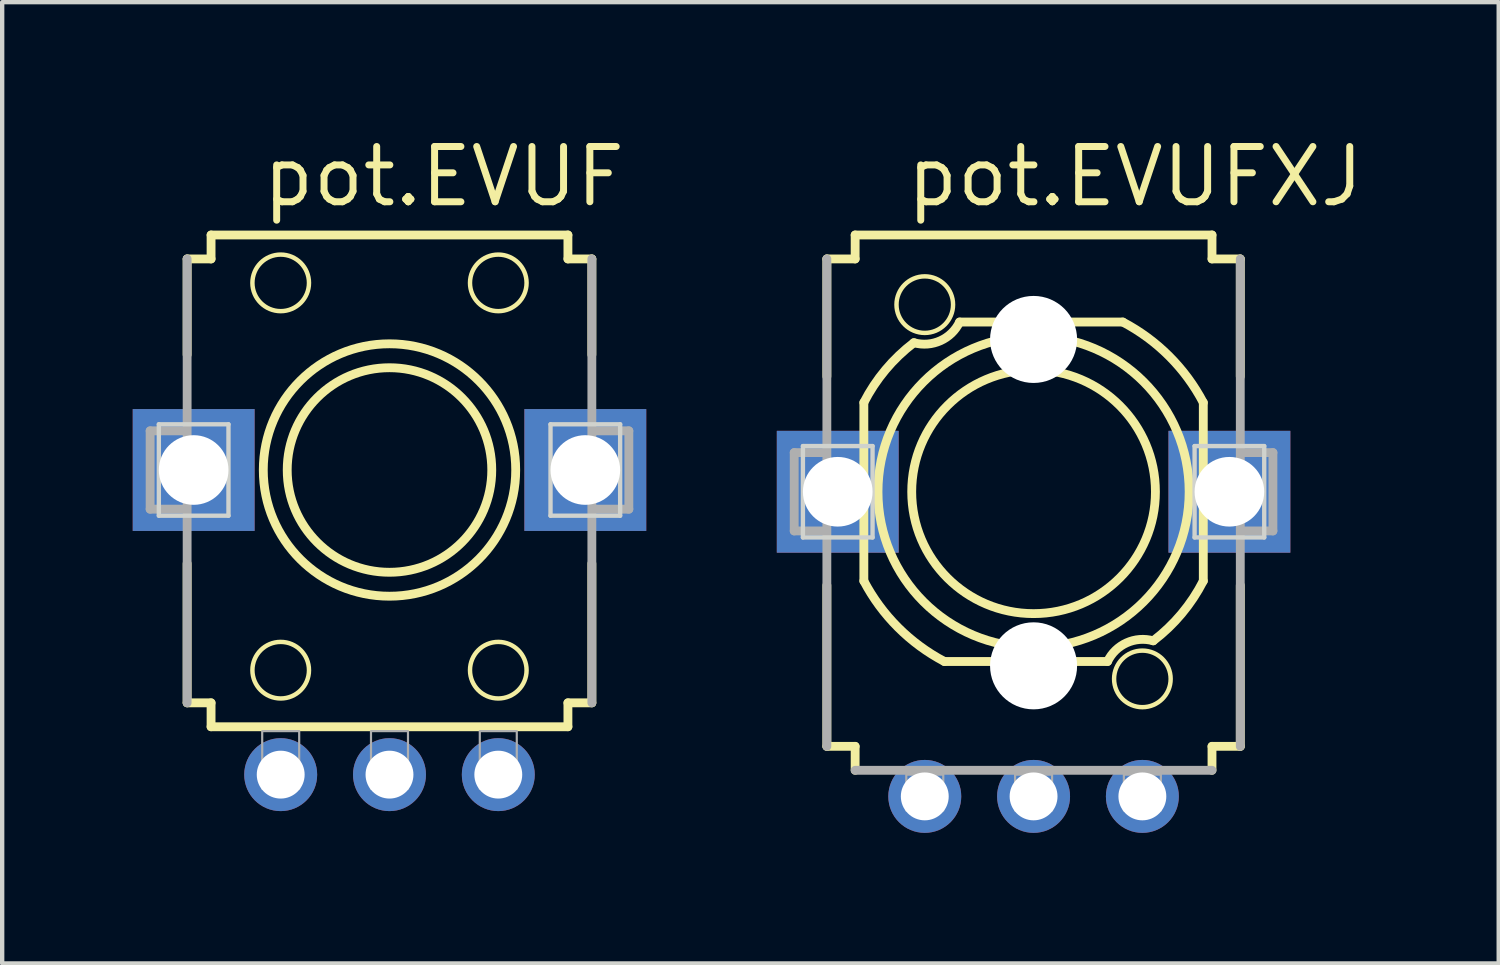
<source format=kicad_pcb>
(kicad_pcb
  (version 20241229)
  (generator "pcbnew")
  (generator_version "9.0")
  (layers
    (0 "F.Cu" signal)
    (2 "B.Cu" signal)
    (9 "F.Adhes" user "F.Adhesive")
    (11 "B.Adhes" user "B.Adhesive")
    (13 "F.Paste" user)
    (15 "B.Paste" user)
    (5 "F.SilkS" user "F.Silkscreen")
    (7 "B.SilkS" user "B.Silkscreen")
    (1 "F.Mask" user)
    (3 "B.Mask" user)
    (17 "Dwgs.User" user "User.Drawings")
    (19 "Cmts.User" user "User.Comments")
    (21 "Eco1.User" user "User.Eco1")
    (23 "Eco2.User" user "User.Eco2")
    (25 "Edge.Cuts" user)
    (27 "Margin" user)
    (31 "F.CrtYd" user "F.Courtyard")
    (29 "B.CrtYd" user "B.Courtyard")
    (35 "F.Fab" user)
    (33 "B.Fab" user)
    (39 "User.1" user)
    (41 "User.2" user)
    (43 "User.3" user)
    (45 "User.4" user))
  (footprint "pot.EVUF"
    (layer "F.Cu")
    (at 5.9 7.75)
    (property "Reference" "pot.EVUF" (at -3 -6 0) (layer "F.SilkS") (effects (font (size 1.27 1.27) (thickness 0.16)) (justify left bottom)))
    (attr through_hole)
    (fp_line (start -4.65 -2.65) (end -4.65 -4.85) (stroke (width 0.203) (type default)) (layer "F.SilkS"))
    (fp_line (start -4.65 5.35) (end -4.65 2.15) (stroke (width 0.203) (type default)) (layer "F.SilkS"))
    (fp_line (start -4.65 5.35) (end -4.1 5.35) (stroke (width 0.203) (type default)) (layer "F.SilkS"))
    (fp_line (start -4.1 -5.4) (end -4.1 -4.85) (stroke (width 0.203) (type default)) (layer "F.SilkS"))
    (fp_line (start -4.1 -5.4) (end 4.1 -5.4) (stroke (width 0.203) (type default)) (layer "F.SilkS"))
    (fp_line (start -4.1 -4.85) (end -4.65 -4.85) (stroke (width 0.203) (type default)) (layer "F.SilkS"))
    (fp_line (start -4.1 5.35) (end -4.1 5.9) (stroke (width 0.203) (type default)) (layer "F.SilkS"))
    (fp_line (start 4.1 -4.85) (end 4.1 -5.4) (stroke (width 0.203) (type default)) (layer "F.SilkS"))
    (fp_line (start 4.1 5.35) (end 4.65 5.35) (stroke (width 0.203) (type default)) (layer "F.SilkS"))
    (fp_line (start 4.1 5.9) (end -4.1 5.9) (stroke (width 0.203) (type default)) (layer "F.SilkS"))
    (fp_line (start 4.1 5.9) (end 4.1 5.35) (stroke (width 0.203) (type default)) (layer "F.SilkS"))
    (fp_line (start 4.65 -4.85) (end 4.1 -4.85) (stroke (width 0.203) (type default)) (layer "F.SilkS"))
    (fp_line (start 4.65 -4.85) (end 4.65 -2.65) (stroke (width 0.203) (type default)) (layer "F.SilkS"))
    (fp_line (start 4.65 2.15) (end 4.65 5.35) (stroke (width 0.203) (type default)) (layer "F.SilkS"))
    (fp_circle (center -2.5 -4.3) (end -1.85 -4.3) (stroke (width 0.102) (type default)) (fill no) (layer "F.SilkS"))
    (fp_circle (center -2.5 4.6) (end -1.85 4.6) (stroke (width 0.102) (type default)) (fill no) (layer "F.SilkS"))
    (fp_circle (center 0 0) (end 2.35 0) (stroke (width 0.203) (type default)) (fill no) (layer "F.SilkS"))
    (fp_circle (center 0 0) (end 2.9 0) (stroke (width 0.203) (type default)) (fill no) (layer "F.SilkS"))
    (fp_circle (center 2.5 -4.3) (end 3.15 -4.3) (stroke (width 0.102) (type default)) (fill no) (layer "F.SilkS"))
    (fp_circle (center 2.5 4.6) (end 3.15 4.6) (stroke (width 0.102) (type default)) (fill no) (layer "F.SilkS"))
    (fp_line (start -5.3 1.05) (end -5.3 -1.05) (stroke (width 0.1) (type default)) (layer "Edge.Cuts"))
    (fp_line (start -3.7 -1.05) (end -5.3 -1.05) (stroke (width 0.1) (type default)) (layer "Edge.Cuts"))
    (fp_line (start -3.7 -1.05) (end -3.7 1.05) (stroke (width 0.1) (type default)) (layer "Edge.Cuts"))
    (fp_line (start -3.7 1.05) (end -5.3 1.05) (stroke (width 0.1) (type default)) (layer "Edge.Cuts"))
    (fp_line (start 3.7 1.05) (end 3.7 -1.05) (stroke (width 0.1) (type default)) (layer "Edge.Cuts"))
    (fp_line (start 5.3 -1.05) (end 3.7 -1.05) (stroke (width 0.1) (type default)) (layer "Edge.Cuts"))
    (fp_line (start 5.3 -1.05) (end 5.3 1.05) (stroke (width 0.1) (type default)) (layer "Edge.Cuts"))
    (fp_line (start 5.3 1.05) (end 3.7 1.05) (stroke (width 0.1) (type default)) (layer "Edge.Cuts"))
    (fp_line (start -5.5 -0.9) (end -5.5 0.9) (stroke (width 0.203) (type default)) (layer "F.Fab"))
    (fp_line (start -5.5 0.9) (end -4.75 0.9) (stroke (width 0.203) (type default)) (layer "F.Fab"))
    (fp_line (start -4.75 -0.9) (end -5.5 -0.9) (stroke (width 0.203) (type default)) (layer "F.Fab"))
    (fp_line (start -4.65 5.35) (end -4.65 -4.85) (stroke (width 0.203) (type default)) (layer "F.Fab"))
    (fp_line (start 4.65 -4.85) (end 4.65 5.35) (stroke (width 0.203) (type default)) (layer "F.Fab"))
    (fp_line (start 4.75 0.9) (end 5.5 0.9) (stroke (width 0.203) (type default)) (layer "F.Fab"))
    (fp_line (start 5.5 -0.9) (end 4.75 -0.9) (stroke (width 0.203) (type default)) (layer "F.Fab"))
    (fp_line (start 5.5 0.9) (end 5.5 -0.9) (stroke (width 0.203) (type default)) (layer "F.Fab"))
    (fp_rect (start -2.925 7.325) (end -2.075 6) (stroke (width 0.05) (type default)) (fill no) (layer "F.Fab"))
    (fp_rect (start -0.425 7.325) (end 0.425 6) (stroke (width 0.05) (type default)) (fill no) (layer "F.Fab"))
    (fp_rect (start 2.075 7.325) (end 2.925 6) (stroke (width 0.05) (type default)) (fill no) (layer "F.Fab"))
    (pad "1" thru_hole circle (at -2.5 7 270) (size 1.676 1.676) (drill 1.1) (layers "*.Cu" "*.Mask"))
    (pad "2" thru_hole circle (at 0 7 270) (size 1.676 1.676) (drill 1.1) (layers "*.Cu" "*.Mask"))
    (pad "3" thru_hole circle (at 2.5 7 270) (size 1.676 1.676) (drill 1.1) (layers "*.Cu" "*.Mask"))
    (pad "M1" thru_hole rect (at 4.5 0 270) (size 2.8 2.8) (drill 1.6) (layers "*.Cu" "*.Mask"))
    (pad "M2" thru_hole rect (at -4.5 0 270) (size 2.8 2.8) (drill 1.6) (layers "*.Cu" "*.Mask")))
  (footprint "pot.EVUFXJ"
    (layer "F.Cu")
    (at 20.7 8.25)
    (property "Reference" "pot.EVUFXJ" (at -3 -6.5 0) (layer "F.SilkS") (effects (font (size 1.27 1.27) (thickness 0.16)) (justify left bottom)))
    (attr through_hole)
    (fp_line (start -4.75 -2.65) (end -4.75 -5.35) (stroke (width 0.203) (type default)) (layer "F.SilkS"))
    (fp_line (start -4.75 5.85) (end -4.75 2.15) (stroke (width 0.203) (type default)) (layer "F.SilkS"))
    (fp_line (start -4.75 5.85) (end -4.1 5.85) (stroke (width 0.203) (type default)) (layer "F.SilkS"))
    (fp_line (start -4.1 -5.9) (end -4.1 -5.35) (stroke (width 0.203) (type default)) (layer "F.SilkS"))
    (fp_line (start -4.1 -5.9) (end 4.1 -5.9) (stroke (width 0.203) (type default)) (layer "F.SilkS"))
    (fp_line (start -4.1 -5.35) (end -4.75 -5.35) (stroke (width 0.203) (type default)) (layer "F.SilkS"))
    (fp_line (start -4.1 5.85) (end -4.1 6.4) (stroke (width 0.203) (type default)) (layer "F.SilkS"))
    (fp_line (start -3.9 -2.05) (end -3.9 2.05) (stroke (width 0.203) (type default)) (layer "F.SilkS"))
    (fp_line (start -1.7 -3.9) (end 2.05 -3.9) (stroke (width 0.203) (type default)) (layer "F.SilkS"))
    (fp_line (start 1.7 3.9) (end -2.05 3.9) (stroke (width 0.203) (type default)) (layer "F.SilkS"))
    (fp_line (start 3.9 2.05) (end 3.9 -2.05) (stroke (width 0.203) (type default)) (layer "F.SilkS"))
    (fp_line (start 4.1 -5.35) (end 4.1 -5.9) (stroke (width 0.203) (type default)) (layer "F.SilkS"))
    (fp_line (start 4.1 5.85) (end 4.75 5.85) (stroke (width 0.203) (type default)) (layer "F.SilkS"))
    (fp_line (start 4.1 6.4) (end 4.1 5.85) (stroke (width 0.203) (type default)) (layer "F.SilkS"))
    (fp_line (start 4.75 -5.35) (end 4.1 -5.35) (stroke (width 0.203) (type default)) (layer "F.SilkS"))
    (fp_line (start 4.75 -5.35) (end 4.75 -2.65) (stroke (width 0.203) (type default)) (layer "F.SilkS"))
    (fp_line (start 4.75 2.15) (end 4.75 5.85) (stroke (width 0.203) (type default)) (layer "F.SilkS"))
    (fp_arc (start -3.9 -2.05) (mid -3.402413 -2.802246) (end -2.75 -3.425) (stroke (width 0.2032) (type default)) (layer "F.SilkS"))
    (fp_arc (start -2.05 3.9) (mid -3.115486 3.115486) (end -3.9 2.05) (stroke (width 0.2032) (type default)) (layer "F.SilkS"))
    (fp_arc (start -1.7 -3.9) (mid -2.138486 -3.471259) (end -2.75 -3.425) (stroke (width 0.2032) (type default)) (layer "F.SilkS"))
    (fp_arc (start 1.7 3.9) (mid 2.138486 3.471259) (end 2.75 3.425) (stroke (width 0.2032) (type default)) (layer "F.SilkS"))
    (fp_arc (start 2.05 -3.9) (mid 3.115486 -3.115486) (end 3.9 -2.05) (stroke (width 0.2032) (type default)) (layer "F.SilkS"))
    (fp_arc (start 3.9 2.05) (mid 3.402413 2.802246) (end 2.75 3.425) (stroke (width 0.2032) (type default)) (layer "F.SilkS"))
    (fp_circle (center -2.5 -4.3) (end -1.85 -4.3) (stroke (width 0.102) (type default)) (fill no) (layer "F.SilkS"))
    (fp_circle (center 0 0) (end 2.8 0) (stroke (width 0.203) (type default)) (fill no) (layer "F.SilkS"))
    (fp_circle (center 0 0) (end 3.575 0) (stroke (width 0.203) (type default)) (fill no) (layer "F.SilkS"))
    (fp_circle (center 2.5 4.3) (end 3.15 4.3) (stroke (width 0.102) (type default)) (fill no) (layer "F.SilkS"))
    (fp_line (start -5.3 1.05) (end -5.3 -1.05) (stroke (width 0.1) (type default)) (layer "Edge.Cuts"))
    (fp_line (start -3.7 -1.05) (end -5.3 -1.05) (stroke (width 0.1) (type default)) (layer "Edge.Cuts"))
    (fp_line (start -3.7 -1.05) (end -3.7 1.05) (stroke (width 0.1) (type default)) (layer "Edge.Cuts"))
    (fp_line (start -3.7 1.05) (end -5.3 1.05) (stroke (width 0.1) (type default)) (layer "Edge.Cuts"))
    (fp_line (start 3.7 1.05) (end 3.7 -1.05) (stroke (width 0.1) (type default)) (layer "Edge.Cuts"))
    (fp_line (start 5.3 -1.05) (end 3.7 -1.05) (stroke (width 0.1) (type default)) (layer "Edge.Cuts"))
    (fp_line (start 5.3 -1.05) (end 5.3 1.05) (stroke (width 0.1) (type default)) (layer "Edge.Cuts"))
    (fp_line (start 5.3 1.05) (end 3.7 1.05) (stroke (width 0.1) (type default)) (layer "Edge.Cuts"))
    (fp_line (start -5.5 -0.9) (end -5.5 0.9) (stroke (width 0.203) (type default)) (layer "F.Fab"))
    (fp_line (start -5.5 0.9) (end -4.85 0.9) (stroke (width 0.203) (type default)) (layer "F.Fab"))
    (fp_line (start -4.85 -0.9) (end -5.5 -0.9) (stroke (width 0.203) (type default)) (layer "F.Fab"))
    (fp_line (start -4.75 5.85) (end -4.75 -5.35) (stroke (width 0.203) (type default)) (layer "F.Fab"))
    (fp_line (start 4.1 6.4) (end -4.1 6.4) (stroke (width 0.203) (type default)) (layer "F.Fab"))
    (fp_line (start 4.75 -5.35) (end 4.75 5.85) (stroke (width 0.203) (type default)) (layer "F.Fab"))
    (fp_line (start 4.85 0.9) (end 5.5 0.9) (stroke (width 0.203) (type default)) (layer "F.Fab"))
    (fp_line (start 5.5 -0.9) (end 4.85 -0.9) (stroke (width 0.203) (type default)) (layer "F.Fab"))
    (fp_line (start 5.5 0.9) (end 5.5 -0.9) (stroke (width 0.203) (type default)) (layer "F.Fab"))
    (fp_rect (start -2.925 7.325) (end -2.075 6.5) (stroke (width 0.05) (type default)) (fill no) (layer "F.Fab"))
    (fp_rect (start -0.425 7.325) (end 0.425 6.5) (stroke (width 0.05) (type default)) (fill no) (layer "F.Fab"))
    (fp_rect (start 2.075 7.325) (end 2.925 6.5) (stroke (width 0.05) (type default)) (fill no) (layer "F.Fab"))
    (pad "" np_thru_hole circle (at 0 -3.5) (size 2 2) (drill 2) (layers "*.Cu" "*.Mask"))
    (pad "" np_thru_hole circle (at 0 4) (size 2 2) (drill 2) (layers "*.Cu" "*.Mask"))
    (pad "1" thru_hole circle (at -2.5 7 270) (size 1.676 1.676) (drill 1.1) (layers "*.Cu" "*.Mask"))
    (pad "2" thru_hole circle (at 0 7 270) (size 1.676 1.676) (drill 1.1) (layers "*.Cu" "*.Mask"))
    (pad "3" thru_hole circle (at 2.5 7 270) (size 1.676 1.676) (drill 1.1) (layers "*.Cu" "*.Mask"))
    (pad "M1" thru_hole rect (at 4.5 0 270) (size 2.8 2.8) (drill 1.6) (layers "*.Cu" "*.Mask"))
    (pad "M2" thru_hole rect (at -4.5 0 270) (size 2.8 2.8) (drill 1.6) (layers "*.Cu" "*.Mask")))
  (gr_rect
    (start -3 -3)
    (end 31.388 19.088)
    (stroke (width 0.1) (type default))
    (fill no)
    (layer "Edge.Cuts")))
</source>
